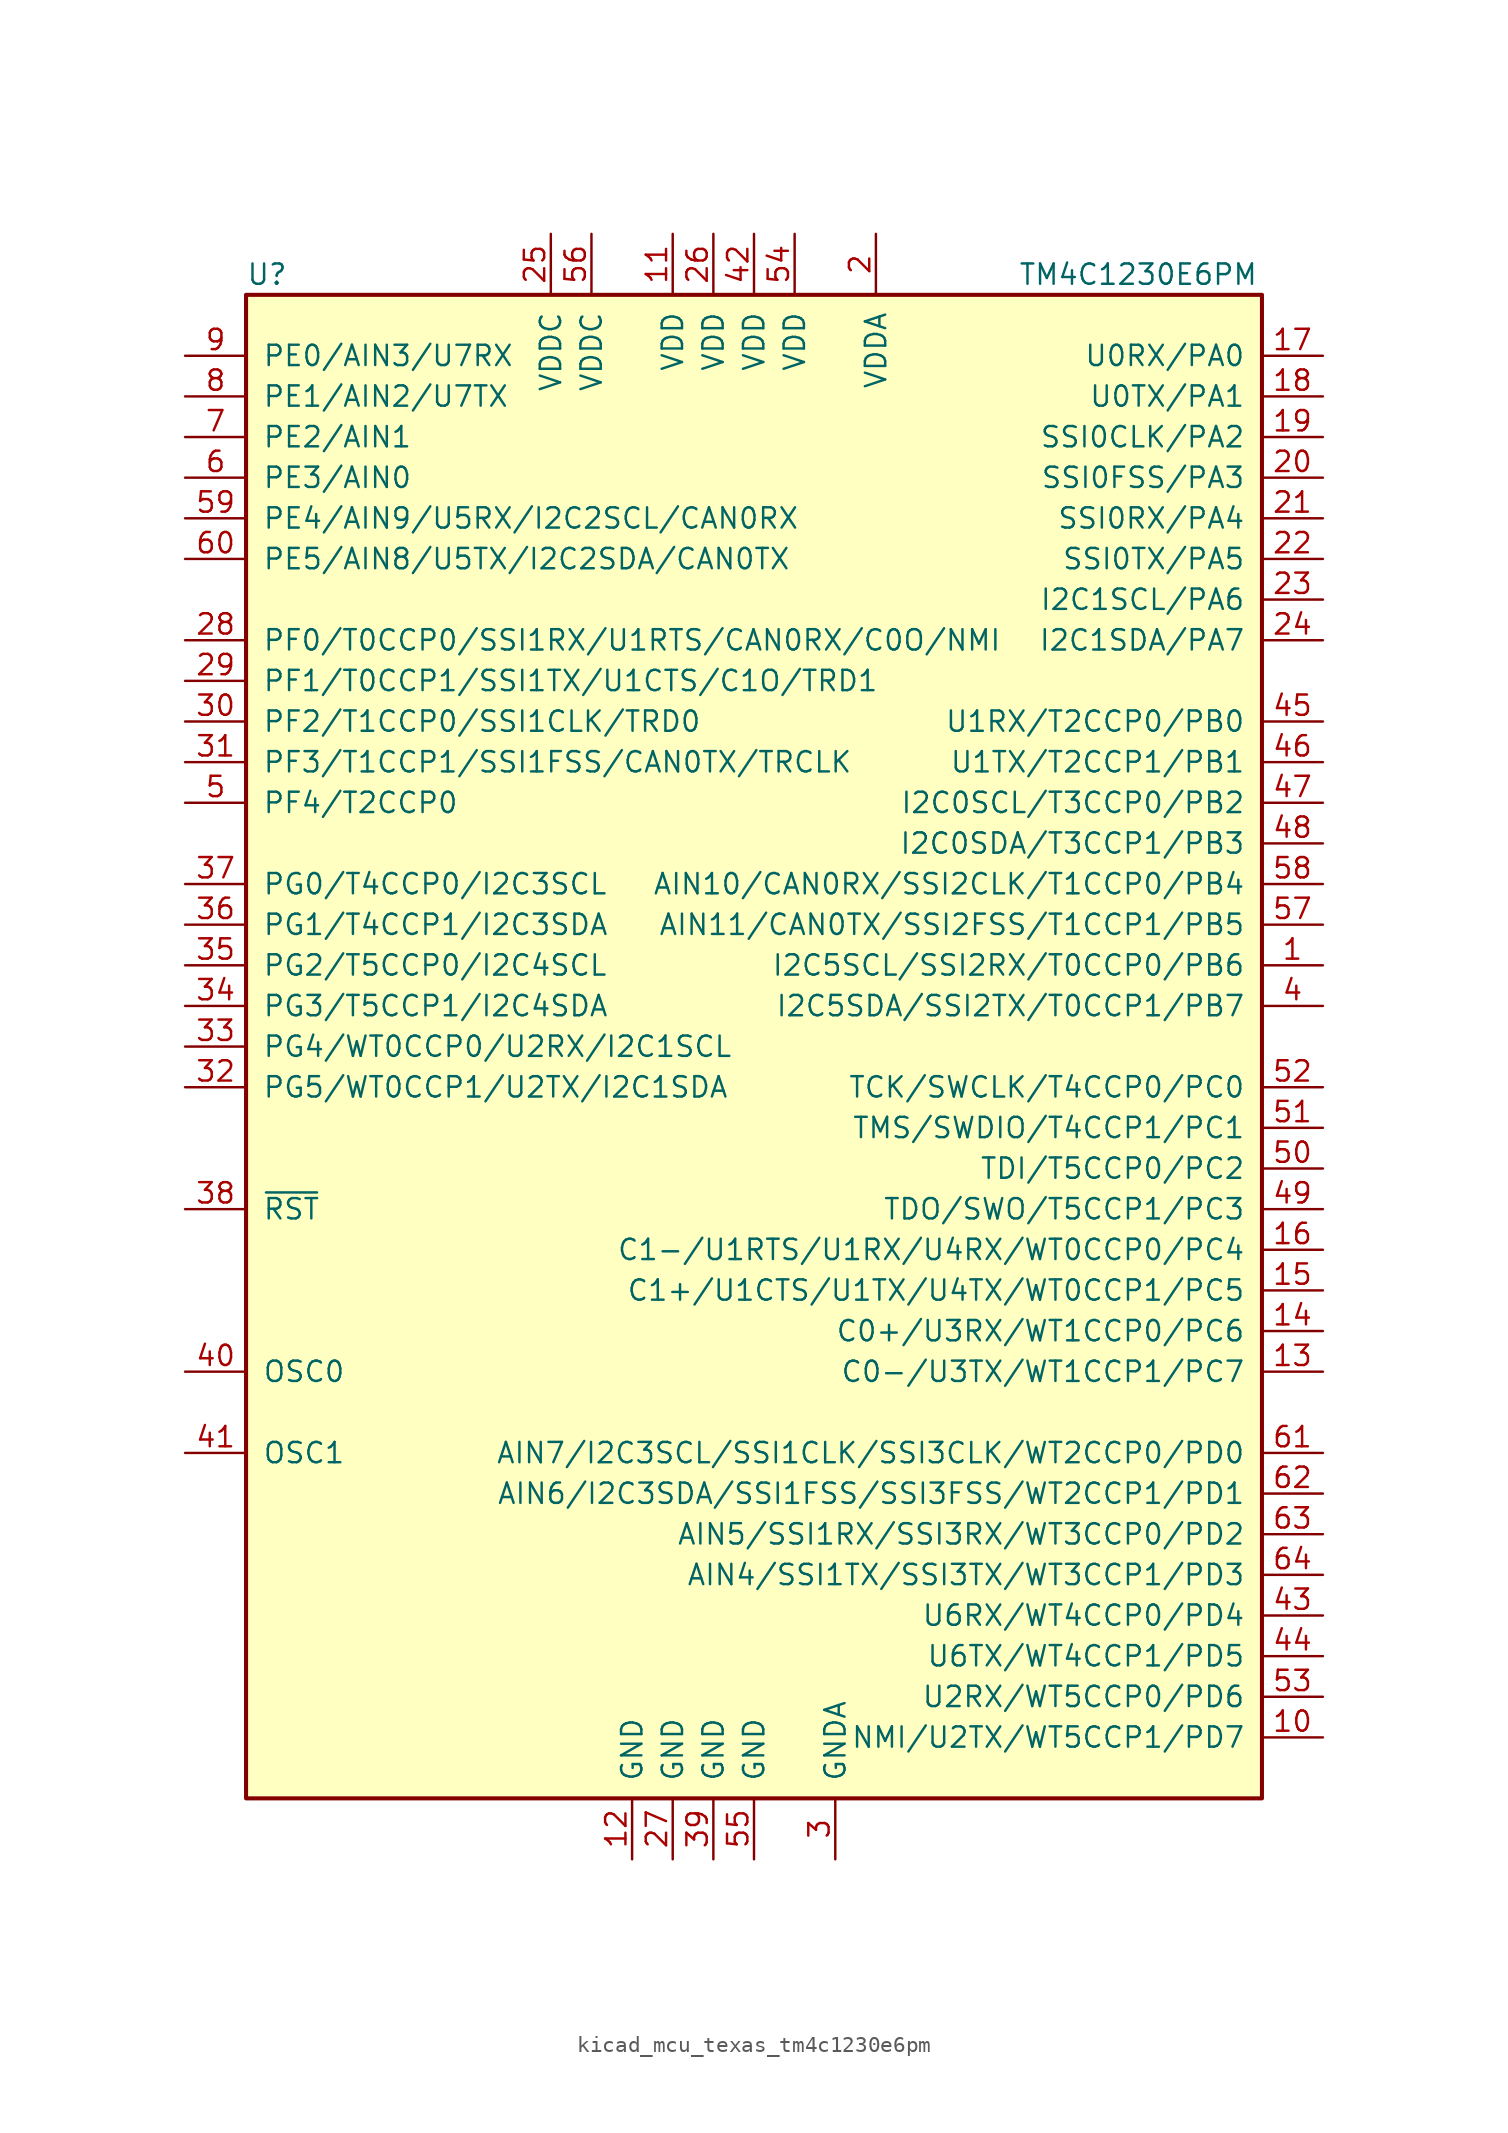
<source format=kicad_sym>
(kicad_symbol_lib
  (version 20220914)
  (generator kicad_symbol_editor)
  (symbol "kicad_mcu_texas_tm4c1230e6pm"
    (pin_names
      (offset 1.016))
    (property "Reference" "U"
      (at -31.75 48.26 0)
      (effects (font (size 1.27 1.27)) (justify left)))
    (property "Value" "TM4C1230E6PM"
      (at 16.51 48.26 0)
      (effects (font (size 1.27 1.27)) (justify left)))
    (symbol "kicad_mcu_texas_tm4c1230e6pm_0_1"
      (rectangle (start -31.75 46.99) (end 31.75 -46.99) (stroke (width 0.254) (type default)) (fill (type background))))
    (symbol "kicad_mcu_texas_tm4c1230e6pm_1_1"
      (pin bidirectional line (at 35.56 5.08 180) (length 3.81) (name "I2C5SCL/SSI2RX/T0CCP0/PB6" (effects (font (size 1.27 1.27)))) (number "1" (effects (font (size 1.27 1.27)))))
      (pin bidirectional line (at 35.56 -43.18 180) (length 3.81) (name "NMI/U2TX/WT5CCP1/PD7" (effects (font (size 1.27 1.27)))) (number "10" (effects (font (size 1.27 1.27)))))
      (pin power_in line (at -5.08 50.8 270) (length 3.81) (name "VDD" (effects (font (size 1.27 1.27)))) (number "11" (effects (font (size 1.27 1.27)))))
      (pin power_in line (at -7.62 -50.8 90) (length 3.81) (name "GND" (effects (font (size 1.27 1.27)))) (number "12" (effects (font (size 1.27 1.27)))))
      (pin bidirectional line (at 35.56 -20.32 180) (length 3.81) (name "C0-/U3TX/WT1CCP1/PC7" (effects (font (size 1.27 1.27)))) (number "13" (effects (font (size 1.27 1.27)))))
      (pin bidirectional line (at 35.56 -17.78 180) (length 3.81) (name "C0+/U3RX/WT1CCP0/PC6" (effects (font (size 1.27 1.27)))) (number "14" (effects (font (size 1.27 1.27)))))
      (pin bidirectional line (at 35.56 -15.24 180) (length 3.81) (name "C1+/U1CTS/U1TX/U4TX/WT0CCP1/PC5" (effects (font (size 1.27 1.27)))) (number "15" (effects (font (size 1.27 1.27)))))
      (pin bidirectional line (at 35.56 -12.7 180) (length 3.81) (name "C1-/U1RTS/U1RX/U4RX/WT0CCP0/PC4" (effects (font (size 1.27 1.27)))) (number "16" (effects (font (size 1.27 1.27)))))
      (pin bidirectional line (at 35.56 43.18 180) (length 3.81) (name "U0RX/PA0" (effects (font (size 1.27 1.27)))) (number "17" (effects (font (size 1.27 1.27)))))
      (pin bidirectional line (at 35.56 40.64 180) (length 3.81) (name "U0TX/PA1" (effects (font (size 1.27 1.27)))) (number "18" (effects (font (size 1.27 1.27)))))
      (pin bidirectional line (at 35.56 38.1 180) (length 3.81) (name "SSI0CLK/PA2" (effects (font (size 1.27 1.27)))) (number "19" (effects (font (size 1.27 1.27)))))
      (pin power_in line (at 7.62 50.8 270) (length 3.81) (name "VDDA" (effects (font (size 1.27 1.27)))) (number "2" (effects (font (size 1.27 1.27)))))
      (pin bidirectional line (at 35.56 35.56 180) (length 3.81) (name "SSI0FSS/PA3" (effects (font (size 1.27 1.27)))) (number "20" (effects (font (size 1.27 1.27)))))
      (pin bidirectional line (at 35.56 33.02 180) (length 3.81) (name "SSI0RX/PA4" (effects (font (size 1.27 1.27)))) (number "21" (effects (font (size 1.27 1.27)))))
      (pin bidirectional line (at 35.56 30.48 180) (length 3.81) (name "SSI0TX/PA5" (effects (font (size 1.27 1.27)))) (number "22" (effects (font (size 1.27 1.27)))))
      (pin bidirectional line (at 35.56 27.94 180) (length 3.81) (name "I2C1SCL/PA6" (effects (font (size 1.27 1.27)))) (number "23" (effects (font (size 1.27 1.27)))))
      (pin bidirectional line (at 35.56 25.4 180) (length 3.81) (name "I2C1SDA/PA7" (effects (font (size 1.27 1.27)))) (number "24" (effects (font (size 1.27 1.27)))))
      (pin power_in line (at -12.7 50.8 270) (length 3.81) (name "VDDC" (effects (font (size 1.27 1.27)))) (number "25" (effects (font (size 1.27 1.27)))))
      (pin power_in line (at -2.54 50.8 270) (length 3.81) (name "VDD" (effects (font (size 1.27 1.27)))) (number "26" (effects (font (size 1.27 1.27)))))
      (pin power_in line (at -5.08 -50.8 90) (length 3.81) (name "GND" (effects (font (size 1.27 1.27)))) (number "27" (effects (font (size 1.27 1.27)))))
      (pin bidirectional line (at -35.56 25.4 0) (length 3.81) (name "PF0/T0CCP0/SSI1RX/U1RTS/CAN0RX/C0O/NMI" (effects (font (size 1.27 1.27)))) (number "28" (effects (font (size 1.27 1.27)))))
      (pin bidirectional line (at -35.56 22.86 0) (length 3.81) (name "PF1/T0CCP1/SSI1TX/U1CTS/C1O/TRD1" (effects (font (size 1.27 1.27)))) (number "29" (effects (font (size 1.27 1.27)))))
      (pin power_in line (at 5.08 -50.8 90) (length 3.81) (name "GNDA" (effects (font (size 1.27 1.27)))) (number "3" (effects (font (size 1.27 1.27)))))
      (pin bidirectional line (at -35.56 20.32 0) (length 3.81) (name "PF2/T1CCP0/SSI1CLK/TRD0" (effects (font (size 1.27 1.27)))) (number "30" (effects (font (size 1.27 1.27)))))
      (pin bidirectional line (at -35.56 17.78 0) (length 3.81) (name "PF3/T1CCP1/SSI1FSS/CAN0TX/TRCLK" (effects (font (size 1.27 1.27)))) (number "31" (effects (font (size 1.27 1.27)))))
      (pin bidirectional line (at -35.56 -2.54 0) (length 3.81) (name "PG5/WT0CCP1/U2TX/I2C1SDA" (effects (font (size 1.27 1.27)))) (number "32" (effects (font (size 1.27 1.27)))))
      (pin bidirectional line (at -35.56 0 0) (length 3.81) (name "PG4/WT0CCP0/U2RX/I2C1SCL" (effects (font (size 1.27 1.27)))) (number "33" (effects (font (size 1.27 1.27)))))
      (pin bidirectional line (at -35.56 2.54 0) (length 3.81) (name "PG3/T5CCP1/I2C4SDA" (effects (font (size 1.27 1.27)))) (number "34" (effects (font (size 1.27 1.27)))))
      (pin bidirectional line (at -35.56 5.08 0) (length 3.81) (name "PG2/T5CCP0/I2C4SCL" (effects (font (size 1.27 1.27)))) (number "35" (effects (font (size 1.27 1.27)))))
      (pin bidirectional line (at -35.56 7.62 0) (length 3.81) (name "PG1/T4CCP1/I2C3SDA" (effects (font (size 1.27 1.27)))) (number "36" (effects (font (size 1.27 1.27)))))
      (pin bidirectional line (at -35.56 10.16 0) (length 3.81) (name "PG0/T4CCP0/I2C3SCL" (effects (font (size 1.27 1.27)))) (number "37" (effects (font (size 1.27 1.27)))))
      (pin input line (at -35.56 -10.16 0) (length 3.81) (name "~{RST}" (effects (font (size 1.27 1.27)))) (number "38" (effects (font (size 1.27 1.27)))))
      (pin power_in line (at -2.54 -50.8 90) (length 3.81) (name "GND" (effects (font (size 1.27 1.27)))) (number "39" (effects (font (size 1.27 1.27)))))
      (pin bidirectional line (at 35.56 2.54 180) (length 3.81) (name "I2C5SDA/SSI2TX/T0CCP1/PB7" (effects (font (size 1.27 1.27)))) (number "4" (effects (font (size 1.27 1.27)))))
      (pin passive line (at -35.56 -20.32 0) (length 3.81) (name "OSC0" (effects (font (size 1.27 1.27)))) (number "40" (effects (font (size 1.27 1.27)))))
      (pin passive line (at -35.56 -25.4 0) (length 3.81) (name "OSC1" (effects (font (size 1.27 1.27)))) (number "41" (effects (font (size 1.27 1.27)))))
      (pin power_in line (at 0 50.8 270) (length 3.81) (name "VDD" (effects (font (size 1.27 1.27)))) (number "42" (effects (font (size 1.27 1.27)))))
      (pin bidirectional line (at 35.56 -35.56 180) (length 3.81) (name "U6RX/WT4CCP0/PD4" (effects (font (size 1.27 1.27)))) (number "43" (effects (font (size 1.27 1.27)))))
      (pin bidirectional line (at 35.56 -38.1 180) (length 3.81) (name "U6TX/WT4CCP1/PD5" (effects (font (size 1.27 1.27)))) (number "44" (effects (font (size 1.27 1.27)))))
      (pin bidirectional line (at 35.56 20.32 180) (length 3.81) (name "U1RX/T2CCP0/PB0" (effects (font (size 1.27 1.27)))) (number "45" (effects (font (size 1.27 1.27)))))
      (pin bidirectional line (at 35.56 17.78 180) (length 3.81) (name "U1TX/T2CCP1/PB1" (effects (font (size 1.27 1.27)))) (number "46" (effects (font (size 1.27 1.27)))))
      (pin bidirectional line (at 35.56 15.24 180) (length 3.81) (name "I2C0SCL/T3CCP0/PB2" (effects (font (size 1.27 1.27)))) (number "47" (effects (font (size 1.27 1.27)))))
      (pin bidirectional line (at 35.56 12.7 180) (length 3.81) (name "I2C0SDA/T3CCP1/PB3" (effects (font (size 1.27 1.27)))) (number "48" (effects (font (size 1.27 1.27)))))
      (pin bidirectional line (at 35.56 -10.16 180) (length 3.81) (name "TDO/SWO/T5CCP1/PC3" (effects (font (size 1.27 1.27)))) (number "49" (effects (font (size 1.27 1.27)))))
      (pin bidirectional line (at -35.56 15.24 0) (length 3.81) (name "PF4/T2CCP0" (effects (font (size 1.27 1.27)))) (number "5" (effects (font (size 1.27 1.27)))))
      (pin bidirectional line (at 35.56 -7.62 180) (length 3.81) (name "TDI/T5CCP0/PC2" (effects (font (size 1.27 1.27)))) (number "50" (effects (font (size 1.27 1.27)))))
      (pin bidirectional line (at 35.56 -5.08 180) (length 3.81) (name "TMS/SWDIO/T4CCP1/PC1" (effects (font (size 1.27 1.27)))) (number "51" (effects (font (size 1.27 1.27)))))
      (pin bidirectional line (at 35.56 -2.54 180) (length 3.81) (name "TCK/SWCLK/T4CCP0/PC0" (effects (font (size 1.27 1.27)))) (number "52" (effects (font (size 1.27 1.27)))))
      (pin bidirectional line (at 35.56 -40.64 180) (length 3.81) (name "U2RX/WT5CCP0/PD6" (effects (font (size 1.27 1.27)))) (number "53" (effects (font (size 1.27 1.27)))))
      (pin power_in line (at 2.54 50.8 270) (length 3.81) (name "VDD" (effects (font (size 1.27 1.27)))) (number "54" (effects (font (size 1.27 1.27)))))
      (pin power_in line (at 0 -50.8 90) (length 3.81) (name "GND" (effects (font (size 1.27 1.27)))) (number "55" (effects (font (size 1.27 1.27)))))
      (pin power_in line (at -10.16 50.8 270) (length 3.81) (name "VDDC" (effects (font (size 1.27 1.27)))) (number "56" (effects (font (size 1.27 1.27)))))
      (pin bidirectional line (at 35.56 7.62 180) (length 3.81) (name "AIN11/CAN0TX/SSI2FSS/T1CCP1/PB5" (effects (font (size 1.27 1.27)))) (number "57" (effects (font (size 1.27 1.27)))))
      (pin bidirectional line (at 35.56 10.16 180) (length 3.81) (name "AIN10/CAN0RX/SSI2CLK/T1CCP0/PB4" (effects (font (size 1.27 1.27)))) (number "58" (effects (font (size 1.27 1.27)))))
      (pin bidirectional line (at -35.56 33.02 0) (length 3.81) (name "PE4/AIN9/U5RX/I2C2SCL/CAN0RX" (effects (font (size 1.27 1.27)))) (number "59" (effects (font (size 1.27 1.27)))))
      (pin bidirectional line (at -35.56 35.56 0) (length 3.81) (name "PE3/AIN0" (effects (font (size 1.27 1.27)))) (number "6" (effects (font (size 1.27 1.27)))))
      (pin bidirectional line (at -35.56 30.48 0) (length 3.81) (name "PE5/AIN8/U5TX/I2C2SDA/CAN0TX" (effects (font (size 1.27 1.27)))) (number "60" (effects (font (size 1.27 1.27)))))
      (pin bidirectional line (at 35.56 -25.4 180) (length 3.81) (name "AIN7/I2C3SCL/SSI1CLK/SSI3CLK/WT2CCP0/PD0" (effects (font (size 1.27 1.27)))) (number "61" (effects (font (size 1.27 1.27)))))
      (pin bidirectional line (at 35.56 -27.94 180) (length 3.81) (name "AIN6/I2C3SDA/SSI1FSS/SSI3FSS/WT2CCP1/PD1" (effects (font (size 1.27 1.27)))) (number "62" (effects (font (size 1.27 1.27)))))
      (pin bidirectional line (at 35.56 -30.48 180) (length 3.81) (name "AIN5/SSI1RX/SSI3RX/WT3CCP0/PD2" (effects (font (size 1.27 1.27)))) (number "63" (effects (font (size 1.27 1.27)))))
      (pin bidirectional line (at 35.56 -33.02 180) (length 3.81) (name "AIN4/SSI1TX/SSI3TX/WT3CCP1/PD3" (effects (font (size 1.27 1.27)))) (number "64" (effects (font (size 1.27 1.27)))))
      (pin bidirectional line (at -35.56 38.1 0) (length 3.81) (name "PE2/AIN1" (effects (font (size 1.27 1.27)))) (number "7" (effects (font (size 1.27 1.27)))))
      (pin bidirectional line (at -35.56 40.64 0) (length 3.81) (name "PE1/AIN2/U7TX" (effects (font (size 1.27 1.27)))) (number "8" (effects (font (size 1.27 1.27)))))
      (pin bidirectional line (at -35.56 43.18 0) (length 3.81) (name "PE0/AIN3/U7RX" (effects (font (size 1.27 1.27)))) (number "9" (effects (font (size 1.27 1.27))))))))
</source>
